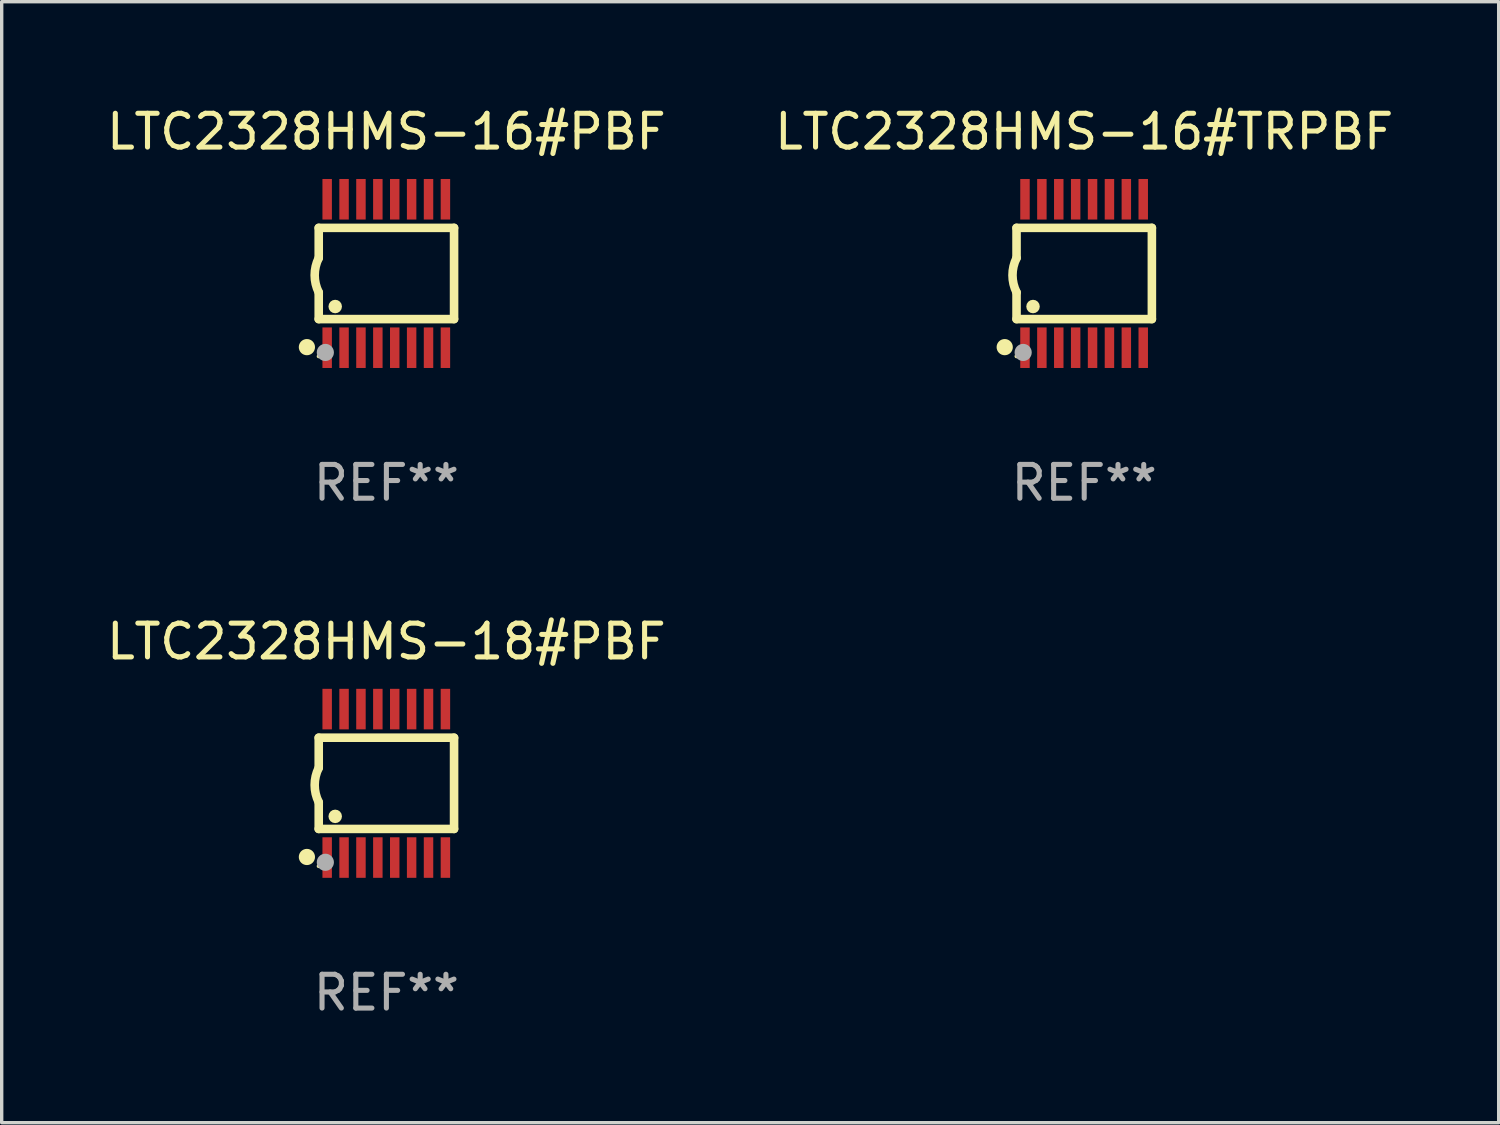
<source format=kicad_pcb>
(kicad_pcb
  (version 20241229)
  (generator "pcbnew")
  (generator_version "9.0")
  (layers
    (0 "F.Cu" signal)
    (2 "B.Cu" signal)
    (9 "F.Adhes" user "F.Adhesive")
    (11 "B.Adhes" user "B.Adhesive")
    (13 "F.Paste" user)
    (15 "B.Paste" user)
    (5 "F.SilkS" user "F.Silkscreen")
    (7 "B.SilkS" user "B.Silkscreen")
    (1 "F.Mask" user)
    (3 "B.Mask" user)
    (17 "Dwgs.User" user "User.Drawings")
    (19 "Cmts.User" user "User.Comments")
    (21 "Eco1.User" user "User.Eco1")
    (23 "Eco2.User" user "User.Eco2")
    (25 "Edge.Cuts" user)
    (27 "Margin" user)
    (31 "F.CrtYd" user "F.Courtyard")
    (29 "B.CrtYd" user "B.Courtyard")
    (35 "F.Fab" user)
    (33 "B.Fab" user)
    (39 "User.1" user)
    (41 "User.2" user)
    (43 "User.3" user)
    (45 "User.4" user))
  (footprint "LTC2328HMS-16#TRPBF"
    (layer "F.Cu")
    (at 29.042 5.045)
    (property "Reference" "LTC2328HMS-16#TRPBF" (at 0 -4.197 0) (layer "F.SilkS") (effects (font (size 1 1) (thickness 0.15))))
    (attr through_hole)
    (fp_line (start -2.003 -1.35) (end -2.003 -0.457) (stroke (width 0.254) (type solid)) (layer "F.SilkS"))
    (fp_line (start -2.003 -1.35) (end 2.003 -1.35) (stroke (width 0.254) (type solid)) (layer "F.SilkS"))
    (fp_line (start -2.003 1.35) (end -2.003 0.559) (stroke (width 0.254) (type solid)) (layer "F.SilkS"))
    (fp_line (start -2.003 1.35) (end 2.003 1.35) (stroke (width 0.254) (type solid)) (layer "F.SilkS"))
    (fp_line (start 2.003 -1.35) (end 2.003 1.35) (stroke (width 0.254) (type solid)) (layer "F.SilkS"))
    (fp_arc (start -2.002286 0.558802) (mid -2.122556 0.05092) (end -2.003302 -0.457201) (stroke (width 0.254001) (type solid)) (layer "F.SilkS"))
    (fp_circle (center -2.353 2.18) (end -2.233 2.18) (stroke (width 0.24) (type solid)) (fill no) (layer "F.SilkS"))
    (fp_circle (center -2.003 2.45) (end -1.973 2.45) (stroke (width 0.06) (type solid)) (fill no) (layer "F.SilkS"))
    (fp_circle (center -1.515 0.978) (end -1.415 0.978) (stroke (width 0.2) (type solid)) (fill no) (layer "F.SilkS"))
    (fp_circle (center -1.807 2.337) (end -1.68 2.337) (stroke (width 0.254) (type solid)) (fill no) (layer "F.Fab"))
    (fp_text user "REF**" (at 0 6.197 0) (layer "F.Fab") (effects (font (size 1 1) (thickness 0.15))))
    (pad "1" smd rect (at -1.753 2.197 90) (size 1.2 0.28) (layers "F.Cu" "F.Mask" "F.Paste"))
    (pad "2" smd rect (at -1.253 2.197 90) (size 1.2 0.28) (layers "F.Cu" "F.Mask" "F.Paste"))
    (pad "3" smd rect (at -0.753 2.197 90) (size 1.2 0.28) (layers "F.Cu" "F.Mask" "F.Paste"))
    (pad "4" smd rect (at -0.253 2.197 90) (size 1.2 0.28) (layers "F.Cu" "F.Mask" "F.Paste"))
    (pad "5" smd rect (at 0.247 2.197 90) (size 1.2 0.28) (layers "F.Cu" "F.Mask" "F.Paste"))
    (pad "6" smd rect (at 0.747 2.197 90) (size 1.2 0.28) (layers "F.Cu" "F.Mask" "F.Paste"))
    (pad "7" smd rect (at 1.247 2.197 90) (size 1.2 0.28) (layers "F.Cu" "F.Mask" "F.Paste"))
    (pad "8" smd rect (at 1.747 2.197 90) (size 1.2 0.28) (layers "F.Cu" "F.Mask" "F.Paste"))
    (pad "9" smd rect (at 1.747 -2.197 90) (size 1.2 0.28) (layers "F.Cu" "F.Mask" "F.Paste"))
    (pad "10" smd rect (at 1.247 -2.197 90) (size 1.2 0.28) (layers "F.Cu" "F.Mask" "F.Paste"))
    (pad "11" smd rect (at 0.747 -2.197 90) (size 1.2 0.28) (layers "F.Cu" "F.Mask" "F.Paste"))
    (pad "12" smd rect (at 0.247 -2.197 90) (size 1.2 0.28) (layers "F.Cu" "F.Mask" "F.Paste"))
    (pad "13" smd rect (at -0.253 -2.197 90) (size 1.2 0.28) (layers "F.Cu" "F.Mask" "F.Paste"))
    (pad "14" smd rect (at -0.753 -2.197 90) (size 1.2 0.28) (layers "F.Cu" "F.Mask" "F.Paste"))
    (pad "15" smd rect (at -1.253 -2.197 90) (size 1.2 0.28) (layers "F.Cu" "F.Mask" "F.Paste"))
    (pad "16" smd rect (at -1.753 -2.197 90) (size 1.2 0.28) (layers "F.Cu" "F.Mask" "F.Paste")))
  (footprint "LTC2328HMS-16#PBF"
    (layer "F.Cu")
    (at 8.387 5.045)
    (property "Reference" "LTC2328HMS-16#PBF" (at 0 -4.197 0) (layer "F.SilkS") (effects (font (size 1 1) (thickness 0.15))))
    (attr through_hole)
    (fp_line (start -2.003 -1.35) (end -2.003 -0.457) (stroke (width 0.254) (type solid)) (layer "F.SilkS"))
    (fp_line (start -2.003 -1.35) (end 2.003 -1.35) (stroke (width 0.254) (type solid)) (layer "F.SilkS"))
    (fp_line (start -2.003 1.35) (end -2.003 0.559) (stroke (width 0.254) (type solid)) (layer "F.SilkS"))
    (fp_line (start -2.003 1.35) (end 2.003 1.35) (stroke (width 0.254) (type solid)) (layer "F.SilkS"))
    (fp_line (start 2.003 -1.35) (end 2.003 1.35) (stroke (width 0.254) (type solid)) (layer "F.SilkS"))
    (fp_arc (start -2.002286 0.558802) (mid -2.122556 0.05092) (end -2.003302 -0.457201) (stroke (width 0.254001) (type solid)) (layer "F.SilkS"))
    (fp_circle (center -2.353 2.18) (end -2.233 2.18) (stroke (width 0.24) (type solid)) (fill no) (layer "F.SilkS"))
    (fp_circle (center -2.003 2.45) (end -1.973 2.45) (stroke (width 0.06) (type solid)) (fill no) (layer "F.SilkS"))
    (fp_circle (center -1.515 0.978) (end -1.415 0.978) (stroke (width 0.2) (type solid)) (fill no) (layer "F.SilkS"))
    (fp_circle (center -1.807 2.337) (end -1.68 2.337) (stroke (width 0.254) (type solid)) (fill no) (layer "F.Fab"))
    (fp_text user "REF**" (at 0 6.197 0) (layer "F.Fab") (effects (font (size 1 1) (thickness 0.15))))
    (pad "1" smd rect (at -1.753 2.197 90) (size 1.2 0.28) (layers "F.Cu" "F.Mask" "F.Paste"))
    (pad "2" smd rect (at -1.253 2.197 90) (size 1.2 0.28) (layers "F.Cu" "F.Mask" "F.Paste"))
    (pad "3" smd rect (at -0.753 2.197 90) (size 1.2 0.28) (layers "F.Cu" "F.Mask" "F.Paste"))
    (pad "4" smd rect (at -0.253 2.197 90) (size 1.2 0.28) (layers "F.Cu" "F.Mask" "F.Paste"))
    (pad "5" smd rect (at 0.247 2.197 90) (size 1.2 0.28) (layers "F.Cu" "F.Mask" "F.Paste"))
    (pad "6" smd rect (at 0.747 2.197 90) (size 1.2 0.28) (layers "F.Cu" "F.Mask" "F.Paste"))
    (pad "7" smd rect (at 1.247 2.197 90) (size 1.2 0.28) (layers "F.Cu" "F.Mask" "F.Paste"))
    (pad "8" smd rect (at 1.747 2.197 90) (size 1.2 0.28) (layers "F.Cu" "F.Mask" "F.Paste"))
    (pad "9" smd rect (at 1.747 -2.197 90) (size 1.2 0.28) (layers "F.Cu" "F.Mask" "F.Paste"))
    (pad "10" smd rect (at 1.247 -2.197 90) (size 1.2 0.28) (layers "F.Cu" "F.Mask" "F.Paste"))
    (pad "11" smd rect (at 0.747 -2.197 90) (size 1.2 0.28) (layers "F.Cu" "F.Mask" "F.Paste"))
    (pad "12" smd rect (at 0.247 -2.197 90) (size 1.2 0.28) (layers "F.Cu" "F.Mask" "F.Paste"))
    (pad "13" smd rect (at -0.253 -2.197 90) (size 1.2 0.28) (layers "F.Cu" "F.Mask" "F.Paste"))
    (pad "14" smd rect (at -0.753 -2.197 90) (size 1.2 0.28) (layers "F.Cu" "F.Mask" "F.Paste"))
    (pad "15" smd rect (at -1.253 -2.197 90) (size 1.2 0.28) (layers "F.Cu" "F.Mask" "F.Paste"))
    (pad "16" smd rect (at -1.753 -2.197 90) (size 1.2 0.28) (layers "F.Cu" "F.Mask" "F.Paste")))
  (footprint "LTC2328HMS-18#PBF"
    (layer "F.Cu")
    (at 8.387 20.136)
    (property "Reference" "LTC2328HMS-18#PBF" (at 0 -4.197 0) (layer "F.SilkS") (effects (font (size 1 1) (thickness 0.15))))
    (attr through_hole)
    (fp_line (start -2.003 -1.35) (end -2.003 -0.457) (stroke (width 0.254) (type solid)) (layer "F.SilkS"))
    (fp_line (start -2.003 -1.35) (end 2.003 -1.35) (stroke (width 0.254) (type solid)) (layer "F.SilkS"))
    (fp_line (start -2.003 1.35) (end -2.003 0.559) (stroke (width 0.254) (type solid)) (layer "F.SilkS"))
    (fp_line (start -2.003 1.35) (end 2.003 1.35) (stroke (width 0.254) (type solid)) (layer "F.SilkS"))
    (fp_line (start 2.003 -1.35) (end 2.003 1.35) (stroke (width 0.254) (type solid)) (layer "F.SilkS"))
    (fp_arc (start -2.002286 0.558802) (mid -2.122556 0.05092) (end -2.003302 -0.457201) (stroke (width 0.254001) (type solid)) (layer "F.SilkS"))
    (fp_circle (center -2.353 2.18) (end -2.233 2.18) (stroke (width 0.24) (type solid)) (fill no) (layer "F.SilkS"))
    (fp_circle (center -2.003 2.45) (end -1.973 2.45) (stroke (width 0.06) (type solid)) (fill no) (layer "F.SilkS"))
    (fp_circle (center -1.515 0.978) (end -1.415 0.978) (stroke (width 0.2) (type solid)) (fill no) (layer "F.SilkS"))
    (fp_circle (center -1.807 2.337) (end -1.68 2.337) (stroke (width 0.254) (type solid)) (fill no) (layer "F.Fab"))
    (fp_text user "REF**" (at 0 6.197 0) (layer "F.Fab") (effects (font (size 1 1) (thickness 0.15))))
    (pad "1" smd rect (at -1.753 2.197 90) (size 1.2 0.28) (layers "F.Cu" "F.Mask" "F.Paste"))
    (pad "2" smd rect (at -1.253 2.197 90) (size 1.2 0.28) (layers "F.Cu" "F.Mask" "F.Paste"))
    (pad "3" smd rect (at -0.753 2.197 90) (size 1.2 0.28) (layers "F.Cu" "F.Mask" "F.Paste"))
    (pad "4" smd rect (at -0.253 2.197 90) (size 1.2 0.28) (layers "F.Cu" "F.Mask" "F.Paste"))
    (pad "5" smd rect (at 0.247 2.197 90) (size 1.2 0.28) (layers "F.Cu" "F.Mask" "F.Paste"))
    (pad "6" smd rect (at 0.747 2.197 90) (size 1.2 0.28) (layers "F.Cu" "F.Mask" "F.Paste"))
    (pad "7" smd rect (at 1.247 2.197 90) (size 1.2 0.28) (layers "F.Cu" "F.Mask" "F.Paste"))
    (pad "8" smd rect (at 1.747 2.197 90) (size 1.2 0.28) (layers "F.Cu" "F.Mask" "F.Paste"))
    (pad "9" smd rect (at 1.747 -2.197 90) (size 1.2 0.28) (layers "F.Cu" "F.Mask" "F.Paste"))
    (pad "10" smd rect (at 1.247 -2.197 90) (size 1.2 0.28) (layers "F.Cu" "F.Mask" "F.Paste"))
    (pad "11" smd rect (at 0.747 -2.197 90) (size 1.2 0.28) (layers "F.Cu" "F.Mask" "F.Paste"))
    (pad "12" smd rect (at 0.247 -2.197 90) (size 1.2 0.28) (layers "F.Cu" "F.Mask" "F.Paste"))
    (pad "13" smd rect (at -0.253 -2.197 90) (size 1.2 0.28) (layers "F.Cu" "F.Mask" "F.Paste"))
    (pad "14" smd rect (at -0.753 -2.197 90) (size 1.2 0.28) (layers "F.Cu" "F.Mask" "F.Paste"))
    (pad "15" smd rect (at -1.253 -2.197 90) (size 1.2 0.28) (layers "F.Cu" "F.Mask" "F.Paste"))
    (pad "16" smd rect (at -1.753 -2.197 90) (size 1.2 0.28) (layers "F.Cu" "F.Mask" "F.Paste")))
  (gr_rect
    (start -3 -3)
    (end 41.31 30.181)
    (stroke (width 0.1) (type default))
    (fill no)
    (layer "Edge.Cuts")))
</source>
